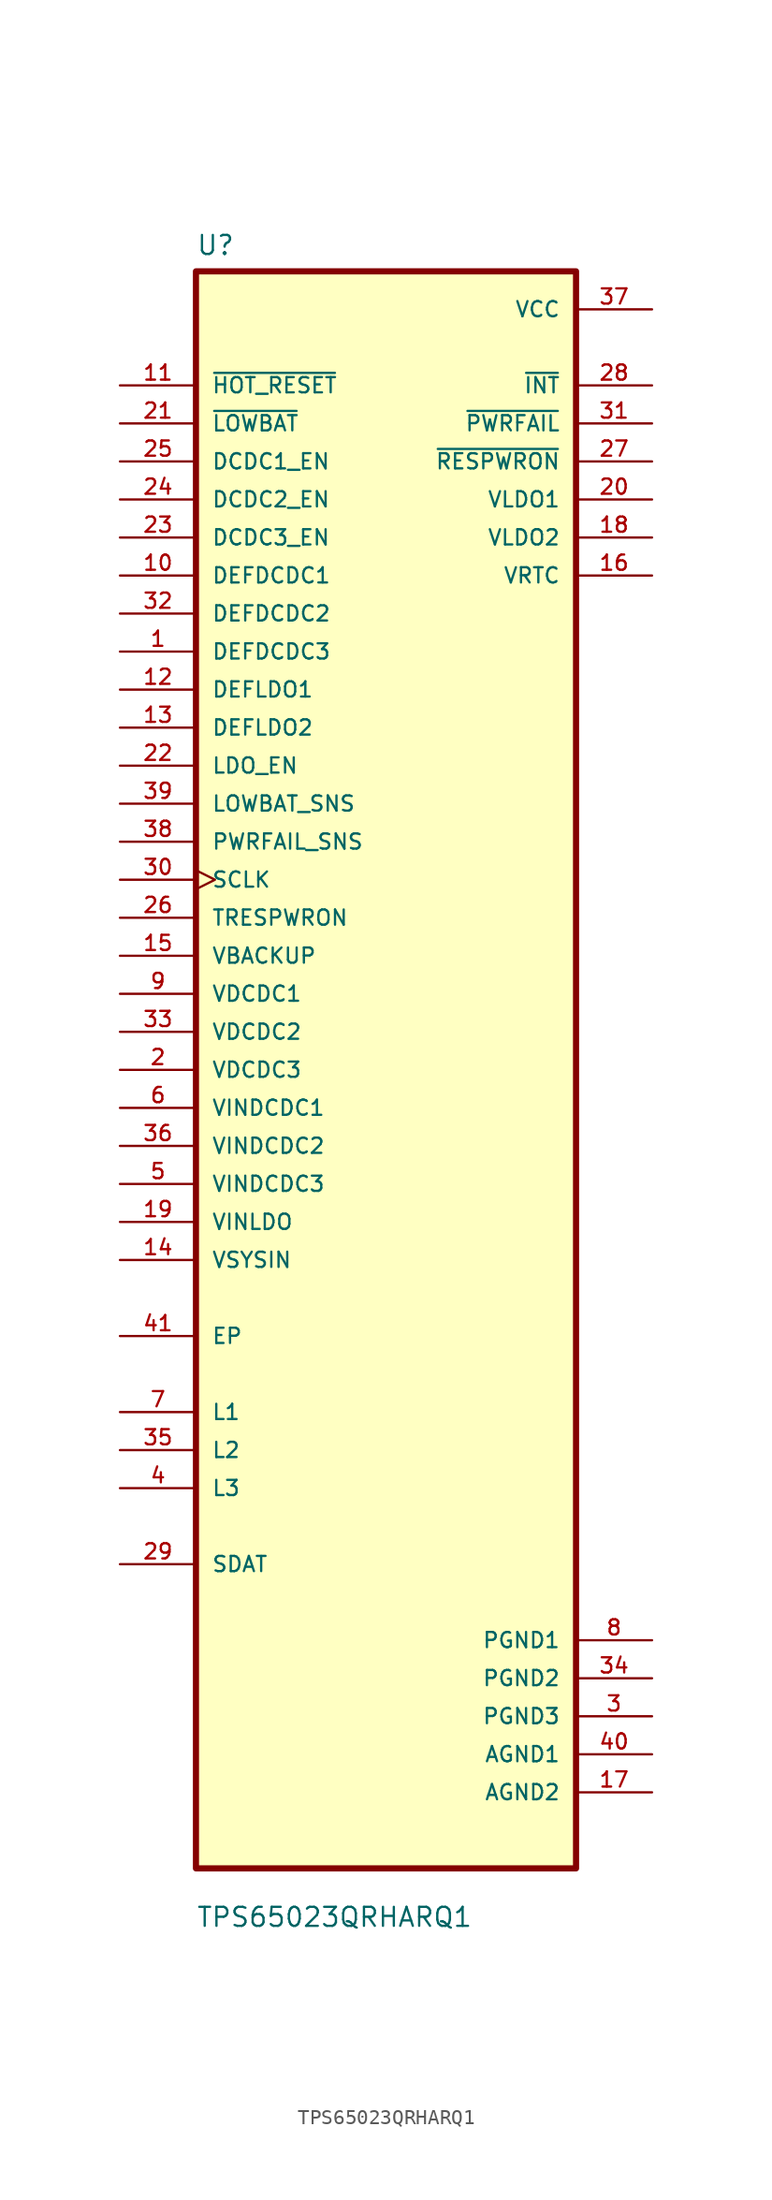
<source format=kicad_sym>
(kicad_symbol_lib
  (version 20211014)
  (generator kicad_symbol_editor)
  (symbol "TPS65023QRHARQ1"
    (pin_names
      (offset 1.016))
    (property "Reference" "U"
      (at -12.7 54.34 0.0)
      (effects (font (size 1.27 1.27)) (justify bottom left)))
    (property "Value" "TPS65023QRHARQ1"
      (at -12.7 -57.34 0.0)
      (effects (font (size 1.27 1.27)) (justify bottom left)))
    (symbol "TPS65023QRHARQ1_0_0"
      (rectangle (start -12.7 -53.34) (end 12.7 53.34) (stroke (width 0.41)) (fill (type background)))
      (pin input line (at -17.78 45.72 0) (length 5.08) (name "~{HOT_RESET}" (effects (font (size 1.016 1.016)))) (number "11" (effects (font (size 1.016 1.016)))))
      (pin input line (at -17.78 43.18 0) (length 5.08) (name "~{LOWBAT}" (effects (font (size 1.016 1.016)))) (number "21" (effects (font (size 1.016 1.016)))))
      (pin input line (at -17.78 40.64 0) (length 5.08) (name "DCDC1_EN" (effects (font (size 1.016 1.016)))) (number "25" (effects (font (size 1.016 1.016)))))
      (pin input line (at -17.78 38.1 0) (length 5.08) (name "DCDC2_EN" (effects (font (size 1.016 1.016)))) (number "24" (effects (font (size 1.016 1.016)))))
      (pin input line (at -17.78 35.56 0) (length 5.08) (name "DCDC3_EN" (effects (font (size 1.016 1.016)))) (number "23" (effects (font (size 1.016 1.016)))))
      (pin input line (at -17.78 33.02 0) (length 5.08) (name "DEFDCDC1" (effects (font (size 1.016 1.016)))) (number "10" (effects (font (size 1.016 1.016)))))
      (pin input line (at -17.78 30.48 0) (length 5.08) (name "DEFDCDC2" (effects (font (size 1.016 1.016)))) (number "32" (effects (font (size 1.016 1.016)))))
      (pin input line (at -17.78 27.94 0) (length 5.08) (name "DEFDCDC3" (effects (font (size 1.016 1.016)))) (number "1" (effects (font (size 1.016 1.016)))))
      (pin input line (at -17.78 25.4 0) (length 5.08) (name "DEFLDO1" (effects (font (size 1.016 1.016)))) (number "12" (effects (font (size 1.016 1.016)))))
      (pin input line (at -17.78 22.86 0) (length 5.08) (name "DEFLDO2" (effects (font (size 1.016 1.016)))) (number "13" (effects (font (size 1.016 1.016)))))
      (pin input line (at -17.78 20.32 0) (length 5.08) (name "LDO_EN" (effects (font (size 1.016 1.016)))) (number "22" (effects (font (size 1.016 1.016)))))
      (pin input line (at -17.78 17.78 0) (length 5.08) (name "LOWBAT_SNS" (effects (font (size 1.016 1.016)))) (number "39" (effects (font (size 1.016 1.016)))))
      (pin input line (at -17.78 15.24 0) (length 5.08) (name "PWRFAIL_SNS" (effects (font (size 1.016 1.016)))) (number "38" (effects (font (size 1.016 1.016)))))
      (pin input clock (at -17.78 12.7 0) (length 5.08) (name "SCLK" (effects (font (size 1.016 1.016)))) (number "30" (effects (font (size 1.016 1.016)))))
      (pin input line (at -17.78 10.16 0) (length 5.08) (name "TRESPWRON" (effects (font (size 1.016 1.016)))) (number "26" (effects (font (size 1.016 1.016)))))
      (pin input line (at -17.78 7.62 0) (length 5.08) (name "VBACKUP" (effects (font (size 1.016 1.016)))) (number "15" (effects (font (size 1.016 1.016)))))
      (pin input line (at -17.78 5.08 0) (length 5.08) (name "VDCDC1" (effects (font (size 1.016 1.016)))) (number "9" (effects (font (size 1.016 1.016)))))
      (pin input line (at -17.78 2.54 0) (length 5.08) (name "VDCDC2" (effects (font (size 1.016 1.016)))) (number "33" (effects (font (size 1.016 1.016)))))
      (pin input line (at -17.78 1.77636e-14 0) (length 5.08) (name "VDCDC3" (effects (font (size 1.016 1.016)))) (number "2" (effects (font (size 1.016 1.016)))))
      (pin input line (at -17.78 -2.54 0) (length 5.08) (name "VINDCDC1" (effects (font (size 1.016 1.016)))) (number "6" (effects (font (size 1.016 1.016)))))
      (pin input line (at -17.78 -5.08 0) (length 5.08) (name "VINDCDC2" (effects (font (size 1.016 1.016)))) (number "36" (effects (font (size 1.016 1.016)))))
      (pin input line (at -17.78 -7.62 0) (length 5.08) (name "VINDCDC3" (effects (font (size 1.016 1.016)))) (number "5" (effects (font (size 1.016 1.016)))))
      (pin input line (at -17.78 -10.16 0) (length 5.08) (name "VINLDO" (effects (font (size 1.016 1.016)))) (number "19" (effects (font (size 1.016 1.016)))))
      (pin input line (at -17.78 -12.7 0) (length 5.08) (name "VSYSIN" (effects (font (size 1.016 1.016)))) (number "14" (effects (font (size 1.016 1.016)))))
      (pin bidirectional line (at -17.78 -17.78 0) (length 5.08) (name "EP" (effects (font (size 1.016 1.016)))) (number "41" (effects (font (size 1.016 1.016)))))
      (pin bidirectional line (at -17.78 -22.86 0) (length 5.08) (name "L1" (effects (font (size 1.016 1.016)))) (number "7" (effects (font (size 1.016 1.016)))))
      (pin bidirectional line (at -17.78 -25.4 0) (length 5.08) (name "L2" (effects (font (size 1.016 1.016)))) (number "35" (effects (font (size 1.016 1.016)))))
      (pin bidirectional line (at -17.78 -27.94 0) (length 5.08) (name "L3" (effects (font (size 1.016 1.016)))) (number "4" (effects (font (size 1.016 1.016)))))
      (pin bidirectional line (at -17.78 -33.02 0) (length 5.08) (name "SDAT" (effects (font (size 1.016 1.016)))) (number "29" (effects (font (size 1.016 1.016)))))
      (pin power_in line (at 17.78 50.8 180.0) (length 5.08) (name "VCC" (effects (font (size 1.016 1.016)))) (number "37" (effects (font (size 1.016 1.016)))))
      (pin output line (at 17.78 45.72 180.0) (length 5.08) (name "~{INT}" (effects (font (size 1.016 1.016)))) (number "28" (effects (font (size 1.016 1.016)))))
      (pin output line (at 17.78 43.18 180.0) (length 5.08) (name "~{PWRFAIL}" (effects (font (size 1.016 1.016)))) (number "31" (effects (font (size 1.016 1.016)))))
      (pin output line (at 17.78 40.64 180.0) (length 5.08) (name "~{RESPWRON}" (effects (font (size 1.016 1.016)))) (number "27" (effects (font (size 1.016 1.016)))))
      (pin output line (at 17.78 38.1 180.0) (length 5.08) (name "VLDO1" (effects (font (size 1.016 1.016)))) (number "20" (effects (font (size 1.016 1.016)))))
      (pin output line (at 17.78 35.56 180.0) (length 5.08) (name "VLDO2" (effects (font (size 1.016 1.016)))) (number "18" (effects (font (size 1.016 1.016)))))
      (pin output line (at 17.78 33.02 180.0) (length 5.08) (name "VRTC" (effects (font (size 1.016 1.016)))) (number "16" (effects (font (size 1.016 1.016)))))
      (pin power_in line (at 17.78 -38.1 180.0) (length 5.08) (name "PGND1" (effects (font (size 1.016 1.016)))) (number "8" (effects (font (size 1.016 1.016)))))
      (pin power_in line (at 17.78 -40.64 180.0) (length 5.08) (name "PGND2" (effects (font (size 1.016 1.016)))) (number "34" (effects (font (size 1.016 1.016)))))
      (pin power_in line (at 17.78 -43.18 180.0) (length 5.08) (name "PGND3" (effects (font (size 1.016 1.016)))) (number "3" (effects (font (size 1.016 1.016)))))
      (pin power_in line (at 17.78 -45.72 180.0) (length 5.08) (name "AGND1" (effects (font (size 1.016 1.016)))) (number "40" (effects (font (size 1.016 1.016)))))
      (pin power_in line (at 17.78 -48.26 180.0) (length 5.08) (name "AGND2" (effects (font (size 1.016 1.016)))) (number "17" (effects (font (size 1.016 1.016))))))))
</source>
